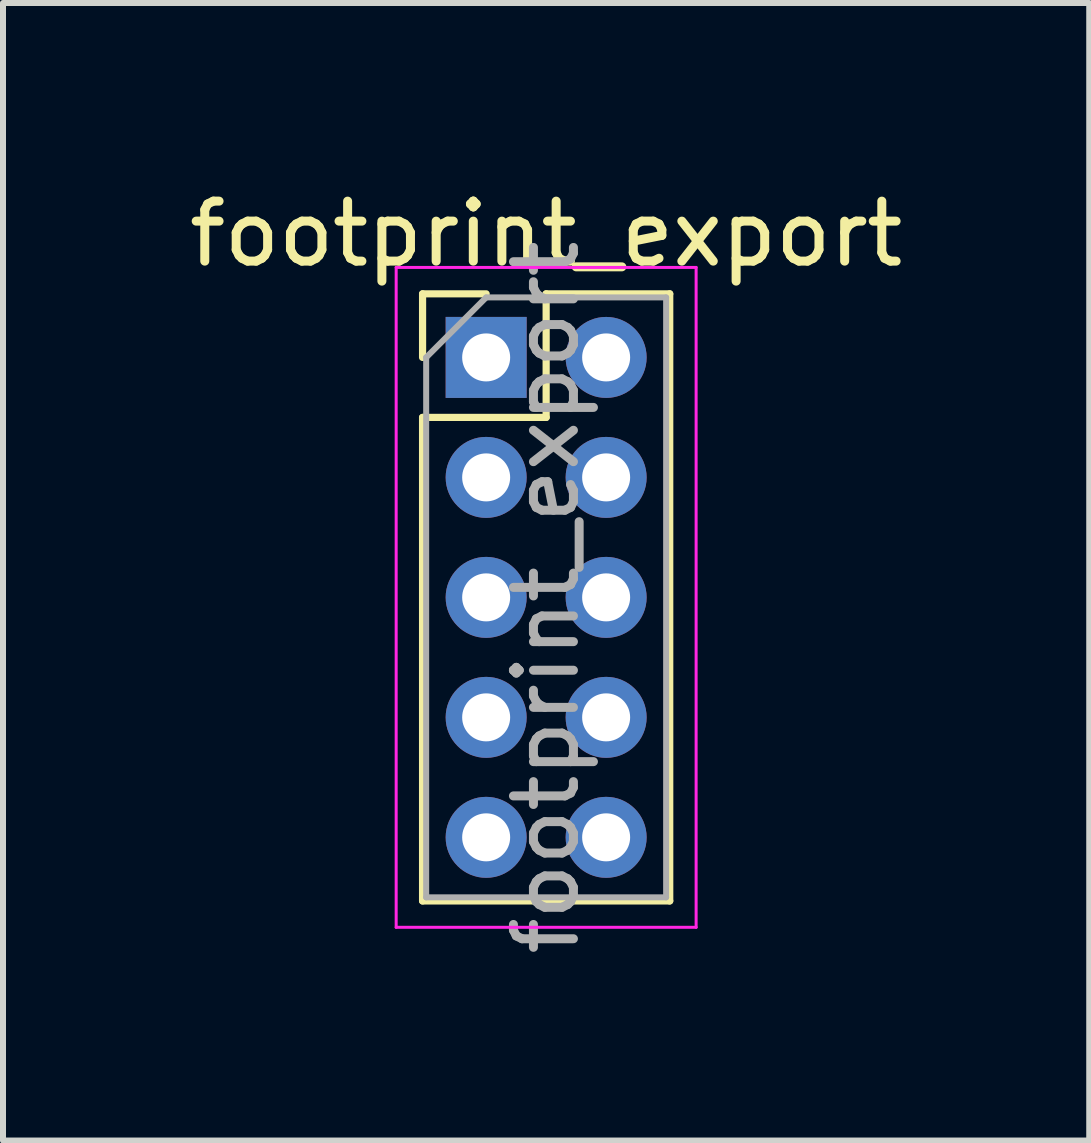
<source format=kicad_pcb>
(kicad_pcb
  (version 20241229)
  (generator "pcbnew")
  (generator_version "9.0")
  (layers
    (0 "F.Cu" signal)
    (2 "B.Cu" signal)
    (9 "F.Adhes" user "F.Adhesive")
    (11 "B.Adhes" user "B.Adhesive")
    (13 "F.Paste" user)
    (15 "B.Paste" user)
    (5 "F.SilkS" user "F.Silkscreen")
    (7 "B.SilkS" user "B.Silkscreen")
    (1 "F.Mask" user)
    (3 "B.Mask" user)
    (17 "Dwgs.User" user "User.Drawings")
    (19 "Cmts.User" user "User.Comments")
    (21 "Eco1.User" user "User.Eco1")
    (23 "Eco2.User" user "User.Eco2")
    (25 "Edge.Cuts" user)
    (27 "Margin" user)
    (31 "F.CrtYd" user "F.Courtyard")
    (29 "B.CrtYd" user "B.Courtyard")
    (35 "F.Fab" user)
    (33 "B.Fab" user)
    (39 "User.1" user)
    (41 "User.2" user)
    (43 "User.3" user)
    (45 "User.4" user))
  (footprint "footprint_export"
    (layer "F.Cu")
    (at 5.054 2.908)
    (property "Reference" "footprint_export" (at 1 -2.06 0) (layer "F.SilkS") (effects (font (size 1 1) (thickness 0.15))))
    (attr through_hole)
    (fp_line (start -1.06 -1.06) (end 0 -1.06) (stroke (width 0.12) (type solid)) (layer "F.SilkS"))
    (fp_line (start -1.06 0) (end -1.06 -1.06) (stroke (width 0.12) (type solid)) (layer "F.SilkS"))
    (fp_line (start -1.06 1) (end -1.06 9.06) (stroke (width 0.12) (type solid)) (layer "F.SilkS"))
    (fp_line (start -1.06 1) (end 1 1) (stroke (width 0.12) (type solid)) (layer "F.SilkS"))
    (fp_line (start -1.06 9.06) (end 3.06 9.06) (stroke (width 0.12) (type solid)) (layer "F.SilkS"))
    (fp_line (start 1 -1.06) (end 3.06 -1.06) (stroke (width 0.12) (type solid)) (layer "F.SilkS"))
    (fp_line (start 1 1) (end 1 -1.06) (stroke (width 0.12) (type solid)) (layer "F.SilkS"))
    (fp_line (start 3.06 -1.06) (end 3.06 9.06) (stroke (width 0.12) (type solid)) (layer "F.SilkS"))
    (fp_line (start -1.5 -1.5) (end -1.5 9.5) (stroke (width 0.05) (type solid)) (layer "F.CrtYd"))
    (fp_line (start -1.5 9.5) (end 3.5 9.5) (stroke (width 0.05) (type solid)) (layer "F.CrtYd"))
    (fp_line (start 3.5 -1.5) (end -1.5 -1.5) (stroke (width 0.05) (type solid)) (layer "F.CrtYd"))
    (fp_line (start 3.5 9.5) (end 3.5 -1.5) (stroke (width 0.05) (type solid)) (layer "F.CrtYd"))
    (fp_line (start -1 0) (end 0 -1) (stroke (width 0.1) (type solid)) (layer "F.Fab"))
    (fp_line (start -1 9) (end -1 0) (stroke (width 0.1) (type solid)) (layer "F.Fab"))
    (fp_line (start 0 -1) (end 3 -1) (stroke (width 0.1) (type solid)) (layer "F.Fab"))
    (fp_line (start 3 -1) (end 3 9) (stroke (width 0.1) (type solid)) (layer "F.Fab"))
    (fp_line (start 3 9) (end -1 9) (stroke (width 0.1) (type solid)) (layer "F.Fab"))
    (fp_text user "${REFERENCE}" (at 1 4 90) (layer "F.Fab") (effects (font (size 1 1) (thickness 0.15))))
    (pad "1" thru_hole rect (at 0 0) (size 1.35 1.35) (drill 0.8) (layers "*.Cu" "*.Mask"))
    (pad "2" thru_hole oval (at 2 0) (size 1.35 1.35) (drill 0.8) (layers "*.Cu" "*.Mask"))
    (pad "3" thru_hole oval (at 0 2) (size 1.35 1.35) (drill 0.8) (layers "*.Cu" "*.Mask"))
    (pad "4" thru_hole oval (at 2 2) (size 1.35 1.35) (drill 0.8) (layers "*.Cu" "*.Mask"))
    (pad "5" thru_hole oval (at 0 4) (size 1.35 1.35) (drill 0.8) (layers "*.Cu" "*.Mask"))
    (pad "6" thru_hole oval (at 2 4) (size 1.35 1.35) (drill 0.8) (layers "*.Cu" "*.Mask"))
    (pad "7" thru_hole oval (at 0 6) (size 1.35 1.35) (drill 0.8) (layers "*.Cu" "*.Mask"))
    (pad "8" thru_hole oval (at 2 6) (size 1.35 1.35) (drill 0.8) (layers "*.Cu" "*.Mask"))
    (pad "9" thru_hole oval (at 0 8) (size 1.35 1.35) (drill 0.8) (layers "*.Cu" "*.Mask"))
    (pad "10" thru_hole oval (at 2 8) (size 1.35 1.35) (drill 0.8) (layers "*.Cu" "*.Mask")))
  (gr_rect
    (start -3 -3)
    (end 15.107 15.962)
    (stroke (width 0.1) (type default))
    (fill no)
    (layer "Edge.Cuts")))
</source>
